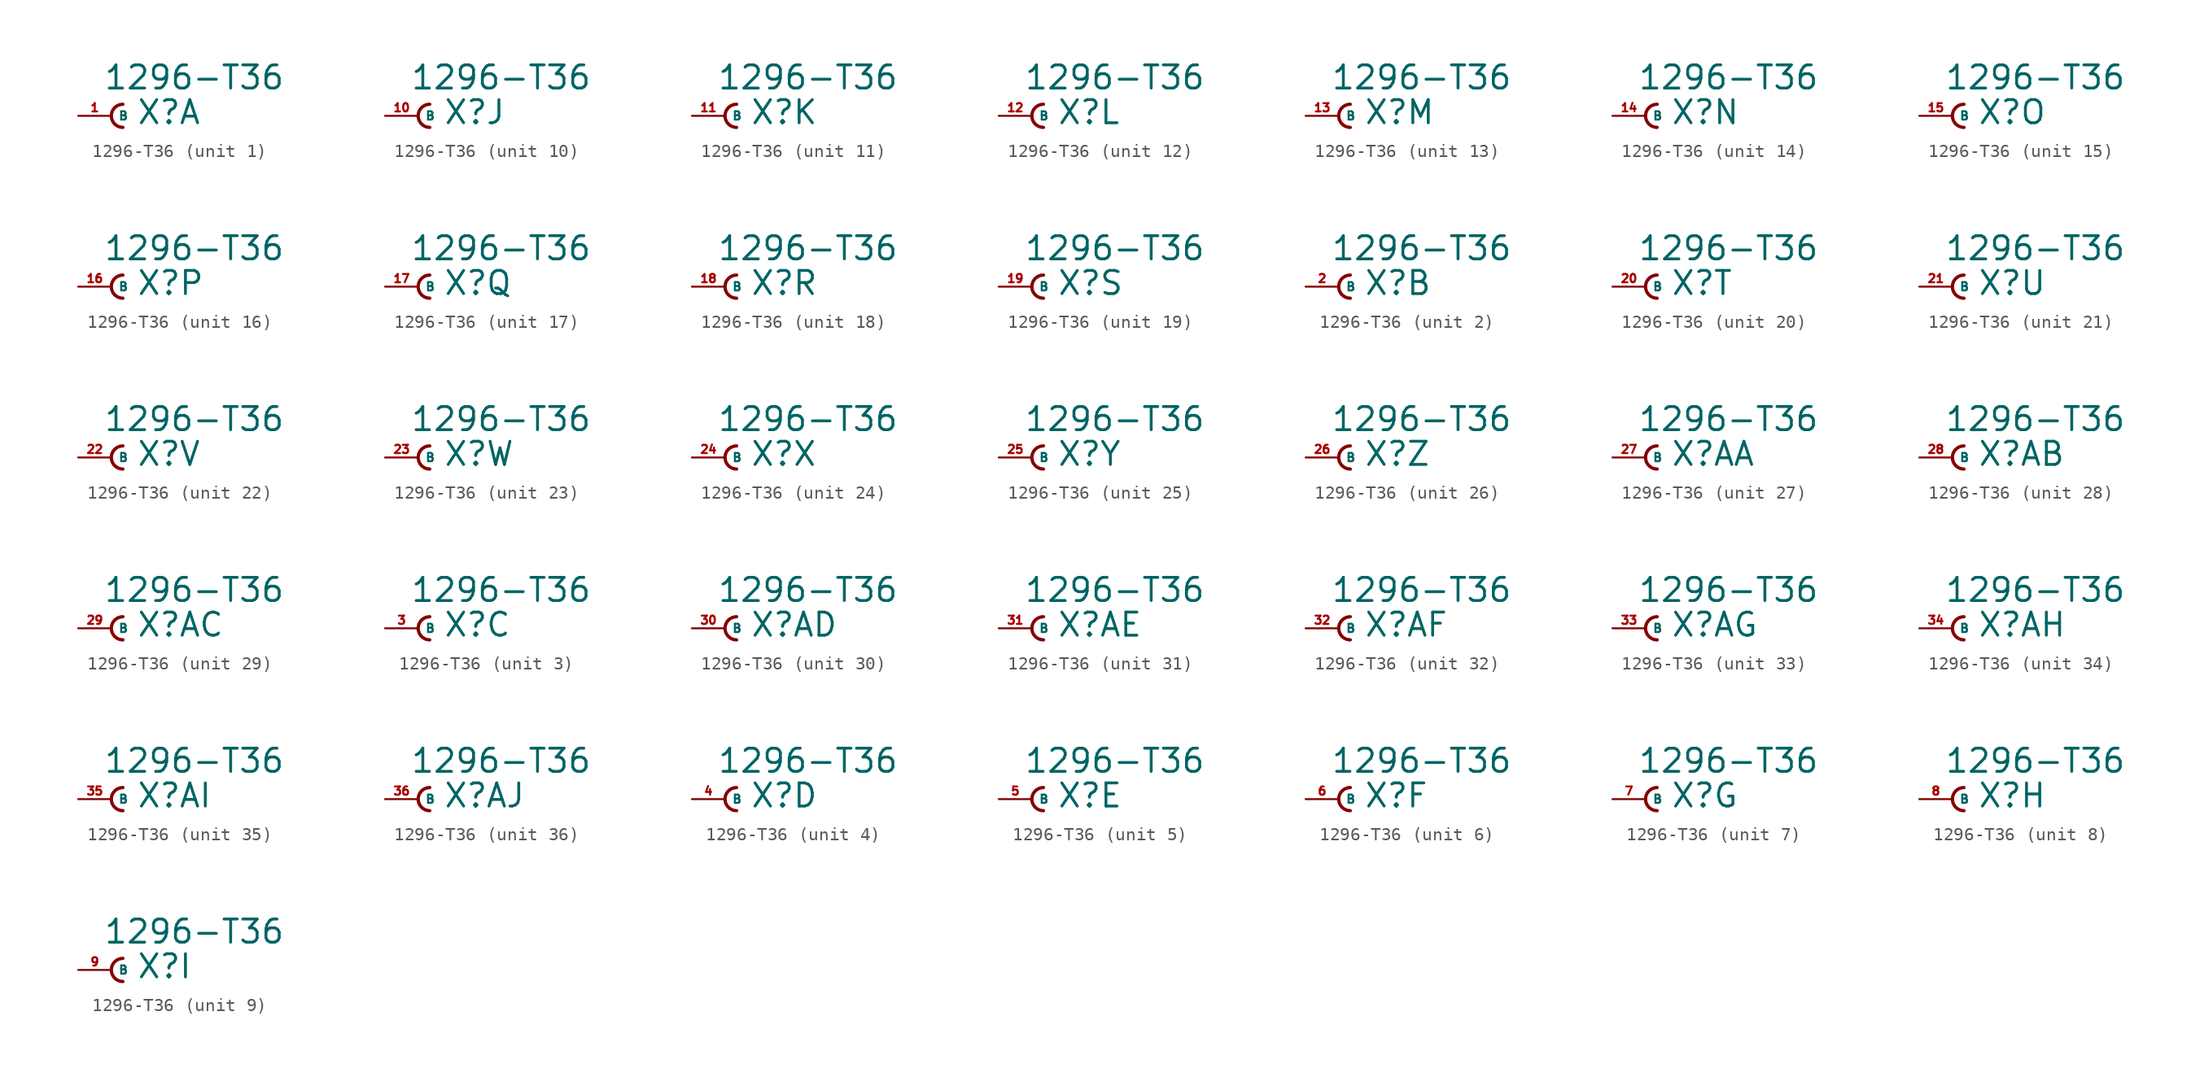
<source format=kicad_sym>
(kicad_symbol_lib
  (version 20220914)
  (generator Eagle2Kicad)
  (symbol "1296-T36"
    (property "Reference" "X"
      (at 1.905 -0.762 0)
      (effects (font (size 1.778 1.778) (thickness 0.22)) (justify left bottom)))
    (property "Value" "1296-T36"
      (at -0.635 1.905 0)
      (effects (font (size 1.778 1.778) (thickness 0.22)) (justify left bottom)))
    (symbol "1296-T36_1_0"
      (arc (start 0.889 0.889) (mid 0.000 0.000) (end 0.889 -0.889) (stroke (width 0.254) (type default)) (fill (type none)))
      (pin passive line (at -2.54 0 0) (length 2.54) (name "B" (effects (font (size 0.635 0.635) (thickness 0.08)) (justify left bottom))) (number "1" (effects (font (size 0.635 0.635) (thickness 0.08)) (justify left bottom)))))
    (symbol "1296-T36_2_0"
      (arc (start 0.889 0.889) (mid 0.000 0.000) (end 0.889 -0.889) (stroke (width 0.254) (type default)) (fill (type none)))
      (pin passive line (at -2.54 0 0) (length 2.54) (name "B" (effects (font (size 0.635 0.635) (thickness 0.08)) (justify left bottom))) (number "2" (effects (font (size 0.635 0.635) (thickness 0.08)) (justify left bottom)))))
    (symbol "1296-T36_3_0"
      (arc (start 0.889 0.889) (mid 0.000 0.000) (end 0.889 -0.889) (stroke (width 0.254) (type default)) (fill (type none)))
      (pin passive line (at -2.54 0 0) (length 2.54) (name "B" (effects (font (size 0.635 0.635) (thickness 0.08)) (justify left bottom))) (number "3" (effects (font (size 0.635 0.635) (thickness 0.08)) (justify left bottom)))))
    (symbol "1296-T36_4_0"
      (arc (start 0.889 0.889) (mid 0.000 0.000) (end 0.889 -0.889) (stroke (width 0.254) (type default)) (fill (type none)))
      (pin passive line (at -2.54 0 0) (length 2.54) (name "B" (effects (font (size 0.635 0.635) (thickness 0.08)) (justify left bottom))) (number "4" (effects (font (size 0.635 0.635) (thickness 0.08)) (justify left bottom)))))
    (symbol "1296-T36_5_0"
      (arc (start 0.889 0.889) (mid 0.000 0.000) (end 0.889 -0.889) (stroke (width 0.254) (type default)) (fill (type none)))
      (pin passive line (at -2.54 0 0) (length 2.54) (name "B" (effects (font (size 0.635 0.635) (thickness 0.08)) (justify left bottom))) (number "5" (effects (font (size 0.635 0.635) (thickness 0.08)) (justify left bottom)))))
    (symbol "1296-T36_6_0"
      (arc (start 0.889 0.889) (mid 0.000 0.000) (end 0.889 -0.889) (stroke (width 0.254) (type default)) (fill (type none)))
      (pin passive line (at -2.54 0 0) (length 2.54) (name "B" (effects (font (size 0.635 0.635) (thickness 0.08)) (justify left bottom))) (number "6" (effects (font (size 0.635 0.635) (thickness 0.08)) (justify left bottom)))))
    (symbol "1296-T36_7_0"
      (arc (start 0.889 0.889) (mid 0.000 0.000) (end 0.889 -0.889) (stroke (width 0.254) (type default)) (fill (type none)))
      (pin passive line (at -2.54 0 0) (length 2.54) (name "B" (effects (font (size 0.635 0.635) (thickness 0.08)) (justify left bottom))) (number "7" (effects (font (size 0.635 0.635) (thickness 0.08)) (justify left bottom)))))
    (symbol "1296-T36_8_0"
      (arc (start 0.889 0.889) (mid 0.000 0.000) (end 0.889 -0.889) (stroke (width 0.254) (type default)) (fill (type none)))
      (pin passive line (at -2.54 0 0) (length 2.54) (name "B" (effects (font (size 0.635 0.635) (thickness 0.08)) (justify left bottom))) (number "8" (effects (font (size 0.635 0.635) (thickness 0.08)) (justify left bottom)))))
    (symbol "1296-T36_9_0"
      (arc (start 0.889 0.889) (mid 0.000 0.000) (end 0.889 -0.889) (stroke (width 0.254) (type default)) (fill (type none)))
      (pin passive line (at -2.54 0 0) (length 2.54) (name "B" (effects (font (size 0.635 0.635) (thickness 0.08)) (justify left bottom))) (number "9" (effects (font (size 0.635 0.635) (thickness 0.08)) (justify left bottom)))))
    (symbol "1296-T36_10_0"
      (arc (start 0.889 0.889) (mid 0.000 0.000) (end 0.889 -0.889) (stroke (width 0.254) (type default)) (fill (type none)))
      (pin passive line (at -2.54 0 0) (length 2.54) (name "B" (effects (font (size 0.635 0.635) (thickness 0.08)) (justify left bottom))) (number "10" (effects (font (size 0.635 0.635) (thickness 0.08)) (justify left bottom)))))
    (symbol "1296-T36_11_0"
      (arc (start 0.889 0.889) (mid 0.000 0.000) (end 0.889 -0.889) (stroke (width 0.254) (type default)) (fill (type none)))
      (pin passive line (at -2.54 0 0) (length 2.54) (name "B" (effects (font (size 0.635 0.635) (thickness 0.08)) (justify left bottom))) (number "11" (effects (font (size 0.635 0.635) (thickness 0.08)) (justify left bottom)))))
    (symbol "1296-T36_12_0"
      (arc (start 0.889 0.889) (mid 0.000 0.000) (end 0.889 -0.889) (stroke (width 0.254) (type default)) (fill (type none)))
      (pin passive line (at -2.54 0 0) (length 2.54) (name "B" (effects (font (size 0.635 0.635) (thickness 0.08)) (justify left bottom))) (number "12" (effects (font (size 0.635 0.635) (thickness 0.08)) (justify left bottom)))))
    (symbol "1296-T36_13_0"
      (arc (start 0.889 0.889) (mid 0.000 0.000) (end 0.889 -0.889) (stroke (width 0.254) (type default)) (fill (type none)))
      (pin passive line (at -2.54 0 0) (length 2.54) (name "B" (effects (font (size 0.635 0.635) (thickness 0.08)) (justify left bottom))) (number "13" (effects (font (size 0.635 0.635) (thickness 0.08)) (justify left bottom)))))
    (symbol "1296-T36_14_0"
      (arc (start 0.889 0.889) (mid 0.000 0.000) (end 0.889 -0.889) (stroke (width 0.254) (type default)) (fill (type none)))
      (pin passive line (at -2.54 0 0) (length 2.54) (name "B" (effects (font (size 0.635 0.635) (thickness 0.08)) (justify left bottom))) (number "14" (effects (font (size 0.635 0.635) (thickness 0.08)) (justify left bottom)))))
    (symbol "1296-T36_15_0"
      (arc (start 0.889 0.889) (mid 0.000 0.000) (end 0.889 -0.889) (stroke (width 0.254) (type default)) (fill (type none)))
      (pin passive line (at -2.54 0 0) (length 2.54) (name "B" (effects (font (size 0.635 0.635) (thickness 0.08)) (justify left bottom))) (number "15" (effects (font (size 0.635 0.635) (thickness 0.08)) (justify left bottom)))))
    (symbol "1296-T36_16_0"
      (arc (start 0.889 0.889) (mid 0.000 0.000) (end 0.889 -0.889) (stroke (width 0.254) (type default)) (fill (type none)))
      (pin passive line (at -2.54 0 0) (length 2.54) (name "B" (effects (font (size 0.635 0.635) (thickness 0.08)) (justify left bottom))) (number "16" (effects (font (size 0.635 0.635) (thickness 0.08)) (justify left bottom)))))
    (symbol "1296-T36_17_0"
      (arc (start 0.889 0.889) (mid 0.000 0.000) (end 0.889 -0.889) (stroke (width 0.254) (type default)) (fill (type none)))
      (pin passive line (at -2.54 0 0) (length 2.54) (name "B" (effects (font (size 0.635 0.635) (thickness 0.08)) (justify left bottom))) (number "17" (effects (font (size 0.635 0.635) (thickness 0.08)) (justify left bottom)))))
    (symbol "1296-T36_18_0"
      (arc (start 0.889 0.889) (mid 0.000 0.000) (end 0.889 -0.889) (stroke (width 0.254) (type default)) (fill (type none)))
      (pin passive line (at -2.54 0 0) (length 2.54) (name "B" (effects (font (size 0.635 0.635) (thickness 0.08)) (justify left bottom))) (number "18" (effects (font (size 0.635 0.635) (thickness 0.08)) (justify left bottom)))))
    (symbol "1296-T36_19_0"
      (arc (start 0.889 0.889) (mid 0.000 0.000) (end 0.889 -0.889) (stroke (width 0.254) (type default)) (fill (type none)))
      (pin passive line (at -2.54 0 0) (length 2.54) (name "B" (effects (font (size 0.635 0.635) (thickness 0.08)) (justify left bottom))) (number "19" (effects (font (size 0.635 0.635) (thickness 0.08)) (justify left bottom)))))
    (symbol "1296-T36_20_0"
      (arc (start 0.889 0.889) (mid 0.000 0.000) (end 0.889 -0.889) (stroke (width 0.254) (type default)) (fill (type none)))
      (pin passive line (at -2.54 0 0) (length 2.54) (name "B" (effects (font (size 0.635 0.635) (thickness 0.08)) (justify left bottom))) (number "20" (effects (font (size 0.635 0.635) (thickness 0.08)) (justify left bottom)))))
    (symbol "1296-T36_21_0"
      (arc (start 0.889 0.889) (mid 0.000 0.000) (end 0.889 -0.889) (stroke (width 0.254) (type default)) (fill (type none)))
      (pin passive line (at -2.54 0 0) (length 2.54) (name "B" (effects (font (size 0.635 0.635) (thickness 0.08)) (justify left bottom))) (number "21" (effects (font (size 0.635 0.635) (thickness 0.08)) (justify left bottom)))))
    (symbol "1296-T36_22_0"
      (arc (start 0.889 0.889) (mid 0.000 0.000) (end 0.889 -0.889) (stroke (width 0.254) (type default)) (fill (type none)))
      (pin passive line (at -2.54 0 0) (length 2.54) (name "B" (effects (font (size 0.635 0.635) (thickness 0.08)) (justify left bottom))) (number "22" (effects (font (size 0.635 0.635) (thickness 0.08)) (justify left bottom)))))
    (symbol "1296-T36_23_0"
      (arc (start 0.889 0.889) (mid 0.000 0.000) (end 0.889 -0.889) (stroke (width 0.254) (type default)) (fill (type none)))
      (pin passive line (at -2.54 0 0) (length 2.54) (name "B" (effects (font (size 0.635 0.635) (thickness 0.08)) (justify left bottom))) (number "23" (effects (font (size 0.635 0.635) (thickness 0.08)) (justify left bottom)))))
    (symbol "1296-T36_24_0"
      (arc (start 0.889 0.889) (mid 0.000 0.000) (end 0.889 -0.889) (stroke (width 0.254) (type default)) (fill (type none)))
      (pin passive line (at -2.54 0 0) (length 2.54) (name "B" (effects (font (size 0.635 0.635) (thickness 0.08)) (justify left bottom))) (number "24" (effects (font (size 0.635 0.635) (thickness 0.08)) (justify left bottom)))))
    (symbol "1296-T36_25_0"
      (arc (start 0.889 0.889) (mid 0.000 0.000) (end 0.889 -0.889) (stroke (width 0.254) (type default)) (fill (type none)))
      (pin passive line (at -2.54 0 0) (length 2.54) (name "B" (effects (font (size 0.635 0.635) (thickness 0.08)) (justify left bottom))) (number "25" (effects (font (size 0.635 0.635) (thickness 0.08)) (justify left bottom)))))
    (symbol "1296-T36_26_0"
      (arc (start 0.889 0.889) (mid 0.000 0.000) (end 0.889 -0.889) (stroke (width 0.254) (type default)) (fill (type none)))
      (pin passive line (at -2.54 0 0) (length 2.54) (name "B" (effects (font (size 0.635 0.635) (thickness 0.08)) (justify left bottom))) (number "26" (effects (font (size 0.635 0.635) (thickness 0.08)) (justify left bottom)))))
    (symbol "1296-T36_27_0"
      (arc (start 0.889 0.889) (mid 0.000 0.000) (end 0.889 -0.889) (stroke (width 0.254) (type default)) (fill (type none)))
      (pin passive line (at -2.54 0 0) (length 2.54) (name "B" (effects (font (size 0.635 0.635) (thickness 0.08)) (justify left bottom))) (number "27" (effects (font (size 0.635 0.635) (thickness 0.08)) (justify left bottom)))))
    (symbol "1296-T36_28_0"
      (arc (start 0.889 0.889) (mid 0.000 0.000) (end 0.889 -0.889) (stroke (width 0.254) (type default)) (fill (type none)))
      (pin passive line (at -2.54 0 0) (length 2.54) (name "B" (effects (font (size 0.635 0.635) (thickness 0.08)) (justify left bottom))) (number "28" (effects (font (size 0.635 0.635) (thickness 0.08)) (justify left bottom)))))
    (symbol "1296-T36_29_0"
      (arc (start 0.889 0.889) (mid 0.000 0.000) (end 0.889 -0.889) (stroke (width 0.254) (type default)) (fill (type none)))
      (pin passive line (at -2.54 0 0) (length 2.54) (name "B" (effects (font (size 0.635 0.635) (thickness 0.08)) (justify left bottom))) (number "29" (effects (font (size 0.635 0.635) (thickness 0.08)) (justify left bottom)))))
    (symbol "1296-T36_30_0"
      (arc (start 0.889 0.889) (mid 0.000 0.000) (end 0.889 -0.889) (stroke (width 0.254) (type default)) (fill (type none)))
      (pin passive line (at -2.54 0 0) (length 2.54) (name "B" (effects (font (size 0.635 0.635) (thickness 0.08)) (justify left bottom))) (number "30" (effects (font (size 0.635 0.635) (thickness 0.08)) (justify left bottom)))))
    (symbol "1296-T36_31_0"
      (arc (start 0.889 0.889) (mid 0.000 0.000) (end 0.889 -0.889) (stroke (width 0.254) (type default)) (fill (type none)))
      (pin passive line (at -2.54 0 0) (length 2.54) (name "B" (effects (font (size 0.635 0.635) (thickness 0.08)) (justify left bottom))) (number "31" (effects (font (size 0.635 0.635) (thickness 0.08)) (justify left bottom)))))
    (symbol "1296-T36_32_0"
      (arc (start 0.889 0.889) (mid 0.000 0.000) (end 0.889 -0.889) (stroke (width 0.254) (type default)) (fill (type none)))
      (pin passive line (at -2.54 0 0) (length 2.54) (name "B" (effects (font (size 0.635 0.635) (thickness 0.08)) (justify left bottom))) (number "32" (effects (font (size 0.635 0.635) (thickness 0.08)) (justify left bottom)))))
    (symbol "1296-T36_33_0"
      (arc (start 0.889 0.889) (mid 0.000 0.000) (end 0.889 -0.889) (stroke (width 0.254) (type default)) (fill (type none)))
      (pin passive line (at -2.54 0 0) (length 2.54) (name "B" (effects (font (size 0.635 0.635) (thickness 0.08)) (justify left bottom))) (number "33" (effects (font (size 0.635 0.635) (thickness 0.08)) (justify left bottom)))))
    (symbol "1296-T36_34_0"
      (arc (start 0.889 0.889) (mid 0.000 0.000) (end 0.889 -0.889) (stroke (width 0.254) (type default)) (fill (type none)))
      (pin passive line (at -2.54 0 0) (length 2.54) (name "B" (effects (font (size 0.635 0.635) (thickness 0.08)) (justify left bottom))) (number "34" (effects (font (size 0.635 0.635) (thickness 0.08)) (justify left bottom)))))
    (symbol "1296-T36_35_0"
      (arc (start 0.889 0.889) (mid 0.000 0.000) (end 0.889 -0.889) (stroke (width 0.254) (type default)) (fill (type none)))
      (pin passive line (at -2.54 0 0) (length 2.54) (name "B" (effects (font (size 0.635 0.635) (thickness 0.08)) (justify left bottom))) (number "35" (effects (font (size 0.635 0.635) (thickness 0.08)) (justify left bottom)))))
    (symbol "1296-T36_36_0"
      (arc (start 0.889 0.889) (mid 0.000 0.000) (end 0.889 -0.889) (stroke (width 0.254) (type default)) (fill (type none)))
      (pin passive line (at -2.54 0 0) (length 2.54) (name "B" (effects (font (size 0.635 0.635) (thickness 0.08)) (justify left bottom))) (number "36" (effects (font (size 0.635 0.635) (thickness 0.08)) (justify left bottom)))))))
</source>
